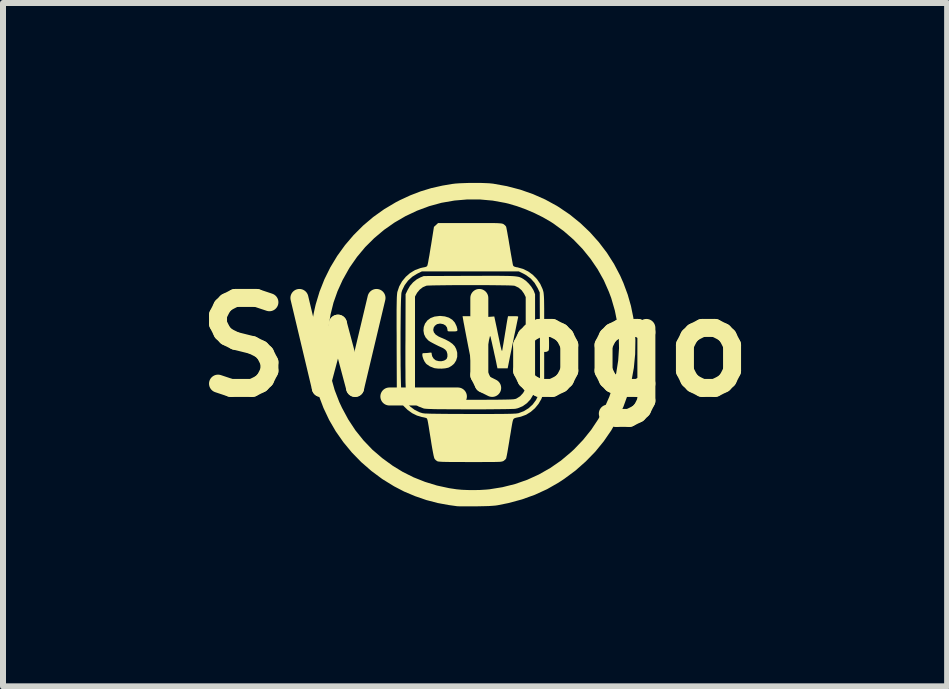
<source format=kicad_pcb>
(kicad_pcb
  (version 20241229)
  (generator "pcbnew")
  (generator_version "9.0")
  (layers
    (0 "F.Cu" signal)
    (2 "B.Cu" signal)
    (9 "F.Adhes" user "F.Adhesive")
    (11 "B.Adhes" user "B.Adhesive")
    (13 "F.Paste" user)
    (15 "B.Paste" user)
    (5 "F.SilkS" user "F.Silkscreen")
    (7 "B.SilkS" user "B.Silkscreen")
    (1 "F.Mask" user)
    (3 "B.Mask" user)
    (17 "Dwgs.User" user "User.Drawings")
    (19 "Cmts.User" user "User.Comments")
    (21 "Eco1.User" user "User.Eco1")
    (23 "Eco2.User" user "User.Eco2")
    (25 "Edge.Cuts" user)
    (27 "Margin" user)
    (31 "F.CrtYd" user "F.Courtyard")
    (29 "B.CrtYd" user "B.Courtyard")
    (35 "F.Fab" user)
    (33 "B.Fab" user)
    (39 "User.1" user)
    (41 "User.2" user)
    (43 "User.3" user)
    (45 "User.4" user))
  (footprint "SW_logo"
    (layer "F.Cu")
    (at 4.871 2.74)
    (property "Reference" "SW_logo" (at 0 0 0) (layer "F.SilkS") (effects (font (size 1.5 1.5) (thickness 0.3))))
    (attr board_only exclude_from_pos_files exclude_from_bom)
    (fp_poly (pts (xy -0.503 -0.514) (xy -0.435 -0.493) (xy -0.379 -0.458) (xy -0.337 -0.411) (xy -0.309 -0.353) (xy -0.308 -0.351) (xy -0.297 -0.311) (xy -0.293 -0.285) (xy -0.3 -0.271) (xy -0.32 -0.265) (xy -0.355 -0.264) (xy -0.376 -0.264) (xy -0.416 -0.264) (xy -0.441 -0.265) (xy -0.454 -0.269) (xy -0.458 -0.276) (xy -0.459 -0.288) (xy -0.459 -0.289) (xy -0.468 -0.33) (xy -0.492 -0.363) (xy -0.53 -0.385) (xy -0.578 -0.394) (xy -0.588 -0.394) (xy -0.634 -0.385) (xy -0.669 -0.359) (xy -0.689 -0.329) (xy -0.697 -0.287) (xy -0.686 -0.248) (xy -0.658 -0.212) (xy -0.612 -0.181) (xy -0.578 -0.165) (xy -0.494 -0.129) (xy -0.427 -0.093) (xy -0.376 -0.056) (xy -0.339 -0.017) (xy -0.315 0.028) (xy -0.3 0.078) (xy -0.297 0.095) (xy -0.297 0.161) (xy -0.315 0.221) (xy -0.348 0.273) (xy -0.366 0.29) (xy -0.397 0.314) (xy -0.429 0.333) (xy -0.446 0.341) (xy -0.497 0.352) (xy -0.556 0.357) (xy -0.617 0.356) (xy -0.67 0.35) (xy -0.683 0.347) (xy -0.752 0.32) (xy -0.805 0.284) (xy -0.818 0.272) (xy -0.841 0.24) (xy -0.861 0.199) (xy -0.875 0.157) (xy -0.879 0.129) (xy -0.878 0.11) (xy -0.871 0.1) (xy -0.852 0.098) (xy -0.838 0.098) (xy -0.801 0.096) (xy -0.764 0.092) (xy -0.76 0.091) (xy -0.736 0.089) (xy -0.725 0.093) (xy -0.723 0.108) (xy -0.723 0.114) (xy -0.714 0.152) (xy -0.692 0.188) (xy -0.66 0.215) (xy -0.65 0.22) (xy -0.605 0.232) (xy -0.559 0.233) (xy -0.517 0.223) (xy -0.484 0.204) (xy -0.469 0.186) (xy -0.46 0.153) (xy -0.461 0.113) (xy -0.472 0.074) (xy -0.478 0.062) (xy -0.498 0.039) (xy -0.528 0.018) (xy -0.539 0.012) (xy -0.613 -0.022) (xy -0.671 -0.051) (xy -0.715 -0.074) (xy -0.749 -0.093) (xy -0.773 -0.109) (xy -0.783 -0.117) (xy -0.824 -0.163) (xy -0.85 -0.217) (xy -0.86 -0.277) (xy -0.855 -0.337) (xy -0.834 -0.394) (xy -0.797 -0.444) (xy -0.796 -0.446) (xy -0.742 -0.486) (xy -0.676 -0.511) (xy -0.597 -0.521) (xy -0.581 -0.522)) (stroke (width 0) (type solid)) (fill yes) (layer "F.SilkS"))
    (fp_poly (pts (xy -0.084 -0.517) (xy -0.055 -0.514) (xy -0.04 -0.51) (xy -0.039 -0.508) (xy -0.038 -0.496) (xy -0.034 -0.468) (xy -0.027 -0.426) (xy -0.019 -0.373) (xy -0.01 -0.313) (xy -0.005 -0.281) (xy 0.005 -0.214) (xy 0.015 -0.15) (xy 0.024 -0.092) (xy 0.031 -0.045) (xy 0.035 -0.012) (xy 0.036 -0.005) (xy 0.042 0.026) (xy 0.049 0.045) (xy 0.054 0.049) (xy 0.058 0.039) (xy 0.066 0.011) (xy 0.077 -0.03) (xy 0.089 -0.083) (xy 0.104 -0.145) (xy 0.119 -0.215) (xy 0.122 -0.229) (xy 0.181 -0.503) (xy 0.251 -0.508) (xy 0.321 -0.513) (xy 0.342 -0.415) (xy 0.351 -0.373) (xy 0.363 -0.317) (xy 0.376 -0.252) (xy 0.39 -0.185) (xy 0.401 -0.133) (xy 0.415 -0.065) (xy 0.426 -0.014) (xy 0.435 0.022) (xy 0.441 0.045) (xy 0.446 0.057) (xy 0.45 0.06) (xy 0.452 0.058) (xy 0.455 0.047) (xy 0.459 0.02) (xy 0.466 -0.02) (xy 0.475 -0.072) (xy 0.485 -0.133) (xy 0.492 -0.176) (xy 0.503 -0.244) (xy 0.514 -0.309) (xy 0.523 -0.368) (xy 0.531 -0.416) (xy 0.537 -0.451) (xy 0.539 -0.462) (xy 0.55 -0.518) (xy 0.636 -0.518) (xy 0.678 -0.518) (xy 0.703 -0.516) (xy 0.716 -0.513) (xy 0.72 -0.507) (xy 0.718 -0.497) (xy 0.718 -0.496) (xy 0.714 -0.477) (xy 0.706 -0.441) (xy 0.696 -0.392) (xy 0.684 -0.333) (xy 0.67 -0.265) (xy 0.654 -0.192) (xy 0.639 -0.116) (xy 0.623 -0.041) (xy 0.609 0.031) (xy 0.595 0.097) (xy 0.583 0.155) (xy 0.574 0.201) (xy 0.571 0.217) (xy 0.544 0.352) (xy 0.459 0.352) (xy 0.374 0.352) (xy 0.362 0.296) (xy 0.35 0.236) (xy 0.336 0.171) (xy 0.321 0.105) (xy 0.307 0.039) (xy 0.293 -0.022) (xy 0.281 -0.077) (xy 0.27 -0.123) (xy 0.263 -0.156) (xy 0.259 -0.173) (xy 0.258 -0.175) (xy 0.252 -0.185) (xy 0.249 -0.184) (xy 0.246 -0.174) (xy 0.24 -0.147) (xy 0.23 -0.107) (xy 0.218 -0.055) (xy 0.204 0.006) (xy 0.191 0.064) (xy 0.176 0.131) (xy 0.162 0.193) (xy 0.15 0.247) (xy 0.141 0.29) (xy 0.134 0.319) (xy 0.132 0.33) (xy 0.128 0.34) (xy 0.12 0.347) (xy 0.104 0.35) (xy 0.075 0.352) (xy 0.043 0.352) (xy -0.003 0.351) (xy -0.031 0.347) (xy -0.043 0.341) (xy -0.043 0.339) (xy -0.046 0.327) (xy -0.052 0.298) (xy -0.061 0.254) (xy -0.072 0.199) (xy -0.084 0.134) (xy -0.098 0.063) (xy -0.113 -0.012) (xy -0.128 -0.09) (xy -0.143 -0.167) (xy -0.157 -0.24) (xy -0.17 -0.308) (xy -0.181 -0.368) (xy -0.191 -0.418) (xy -0.197 -0.454) (xy -0.201 -0.475) (xy -0.201 -0.476) (xy -0.208 -0.518) (xy -0.123 -0.518)) (stroke (width 0) (type solid)) (fill yes) (layer "F.SilkS"))
    (fp_poly (pts (xy 0.376 -1.191) (xy 0.456 -1.19) (xy 0.524 -1.189) (xy 0.58 -1.188) (xy 0.626 -1.186) (xy 0.664 -1.183) (xy 0.695 -1.179) (xy 0.72 -1.175) (xy 0.74 -1.17) (xy 0.758 -1.163) (xy 0.774 -1.156) (xy 0.79 -1.147) (xy 0.807 -1.137) (xy 0.808 -1.136) (xy 0.852 -1.104) (xy 0.898 -1.059) (xy 0.939 -1.009) (xy 0.97 -0.959) (xy 0.979 -0.941) (xy 1.001 -0.884) (xy 1.001 -0.078) (xy 1.001 0.728) (xy 0.97 0.793) (xy 0.924 0.87) (xy 0.864 0.934) (xy 0.793 0.984) (xy 0.714 1.017) (xy 0.675 1.026) (xy 0.655 1.028) (xy 0.616 1.029) (xy 0.559 1.031) (xy 0.486 1.032) (xy 0.397 1.033) (xy 0.293 1.034) (xy 0.176 1.035) (xy 0.046 1.035) (xy -0.092 1.035) (xy -0.231 1.035) (xy -0.353 1.034) (xy -0.458 1.034) (xy -0.547 1.033) (xy -0.622 1.033) (xy -0.684 1.032) (xy -0.734 1.03) (xy -0.775 1.029) (xy -0.806 1.027) (xy -0.83 1.025) (xy -0.847 1.023) (xy -0.859 1.02) (xy -0.942 0.988) (xy -1.014 0.941) (xy -1.074 0.879) (xy -1.119 0.806) (xy -1.149 0.723) (xy -1.153 0.708) (xy -1.155 0.686) (xy -1.157 0.645) (xy -1.159 0.585) (xy -1.16 0.505) (xy -1.16 0.406) (xy -1.161 0.287) (xy -1.161 0.149) (xy -1.161 -0.009) (xy -1.16 -0.113) (xy -1.158 -0.845) (xy -1.001 -0.845) (xy -1.001 -0.083) (xy -1.001 0.679) (xy -0.974 0.735) (xy -0.94 0.789) (xy -0.895 0.828) (xy -0.837 0.858) (xy -0.827 0.861) (xy -0.817 0.865) (xy -0.804 0.867) (xy -0.789 0.87) (xy -0.77 0.872) (xy -0.744 0.874) (xy -0.712 0.875) (xy -0.671 0.876) (xy -0.619 0.877) (xy -0.557 0.877) (xy -0.481 0.877) (xy -0.391 0.877) (xy -0.286 0.877) (xy -0.163 0.877) (xy -0.064 0.877) (xy 0.072 0.876) (xy 0.189 0.876) (xy 0.289 0.875) (xy 0.374 0.875) (xy 0.445 0.874) (xy 0.503 0.873) (xy 0.551 0.872) (xy 0.588 0.871) (xy 0.618 0.869) (xy 0.64 0.868) (xy 0.657 0.865) (xy 0.67 0.863) (xy 0.68 0.86) (xy 0.689 0.856) (xy 0.694 0.854) (xy 0.752 0.817) (xy 0.8 0.765) (xy 0.825 0.723) (xy 0.828 0.715) (xy 0.832 0.706) (xy 0.834 0.695) (xy 0.837 0.681) (xy 0.839 0.662) (xy 0.84 0.638) (xy 0.842 0.606) (xy 0.843 0.566) (xy 0.844 0.516) (xy 0.844 0.454) (xy 0.845 0.38) (xy 0.845 0.291) (xy 0.845 0.187) (xy 0.845 0.067) (xy 0.845 -0.072) (xy 0.845 -0.079) (xy 0.845 -0.837) (xy 0.816 -0.895) (xy 0.777 -0.95) (xy 0.725 -0.994) (xy 0.664 -1.023) (xy 0.656 -1.025) (xy 0.64 -1.027) (xy 0.605 -1.029) (xy 0.555 -1.031) (xy 0.491 -1.032) (xy 0.416 -1.033) (xy 0.331 -1.034) (xy 0.237 -1.035) (xy 0.138 -1.035) (xy 0.035 -1.036) (xy -0.07 -1.036) (xy -0.176 -1.036) (xy -0.28 -1.035) (xy -0.379 -1.035) (xy -0.474 -1.034) (xy -0.56 -1.033) (xy -0.637 -1.032) (xy -0.703 -1.031) (xy -0.755 -1.029) (xy -0.792 -1.028) (xy -0.811 -1.026) (xy -0.813 -1.025) (xy -0.87 -1.001) (xy -0.922 -0.961) (xy -0.964 -0.911) (xy -0.971 -0.899) (xy -1.001 -0.845) (xy -1.158 -0.845) (xy -1.158 -0.884) (xy -1.124 -0.955) (xy -1.085 -1.022) (xy -1.033 -1.082) (xy -0.973 -1.131) (xy -0.912 -1.164) (xy -0.855 -1.187) (xy -0.099 -1.19) (xy 0.046 -1.19) (xy 0.172 -1.191) (xy 0.282 -1.191)) (stroke (width 0) (type solid)) (fill yes) (layer "F.SilkS"))
    (fp_poly (pts (xy 0.087 -2.74) (xy 0.168 -2.737) (xy 0.238 -2.734) (xy 0.293 -2.728) (xy 0.298 -2.728) (xy 0.531 -2.686) (xy 0.753 -2.628) (xy 0.965 -2.554) (xy 1.169 -2.464) (xy 1.365 -2.357) (xy 1.395 -2.338) (xy 1.58 -2.213) (xy 1.753 -2.073) (xy 1.915 -1.919) (xy 2.064 -1.752) (xy 2.199 -1.575) (xy 2.318 -1.388) (xy 2.42 -1.194) (xy 2.475 -1.069) (xy 2.546 -0.877) (xy 2.6 -0.688) (xy 2.639 -0.497) (xy 2.663 -0.3) (xy 2.674 -0.117) (xy 2.67 0.116) (xy 2.648 0.344) (xy 2.608 0.566) (xy 2.55 0.783) (xy 2.474 0.992) (xy 2.381 1.193) (xy 2.272 1.386) (xy 2.146 1.569) (xy 2.004 1.743) (xy 1.846 1.905) (xy 1.674 2.057) (xy 1.486 2.196) (xy 1.392 2.258) (xy 1.201 2.367) (xy 0.998 2.46) (xy 0.784 2.537) (xy 0.559 2.598) (xy 0.381 2.634) (xy 0.341 2.64) (xy 0.292 2.644) (xy 0.231 2.648) (xy 0.158 2.65) (xy 0.068 2.652) (xy 0.01 2.653) (xy -0.064 2.653) (xy -0.132 2.653) (xy -0.192 2.653) (xy -0.241 2.653) (xy -0.277 2.652) (xy -0.297 2.651) (xy -0.298 2.651) (xy -0.32 2.648) (xy -0.355 2.643) (xy -0.399 2.637) (xy -0.435 2.632) (xy -0.621 2.598) (xy -0.812 2.548) (xy -1 2.483) (xy -1.183 2.406) (xy -1.35 2.319) (xy -1.545 2.199) (xy -1.727 2.064) (xy -1.897 1.916) (xy -2.053 1.756) (xy -2.195 1.584) (xy -2.322 1.403) (xy -2.433 1.212) (xy -2.527 1.013) (xy -2.605 0.807) (xy -2.664 0.595) (xy -2.671 0.567) (xy -2.688 0.486) (xy -2.702 0.414) (xy -2.712 0.348) (xy -2.72 0.283) (xy -2.725 0.215) (xy -2.728 0.14) (xy -2.73 0.053) (xy -2.73 -0.044) (xy -2.73 -0.122) (xy -2.458 -0.122) (xy -2.457 0.093) (xy -2.437 0.304) (xy -2.398 0.51) (xy -2.341 0.713) (xy -2.264 0.913) (xy -2.218 1.011) (xy -2.114 1.204) (xy -1.995 1.385) (xy -1.861 1.552) (xy -1.713 1.707) (xy -1.549 1.848) (xy -1.372 1.977) (xy -1.205 2.079) (xy -1.025 2.169) (xy -0.834 2.245) (xy -0.635 2.306) (xy -0.432 2.35) (xy -0.305 2.369) (xy -0.22 2.377) (xy -0.121 2.381) (xy -0.017 2.382) (xy 0.086 2.38) (xy 0.182 2.374) (xy 0.238 2.369) (xy 0.456 2.334) (xy 0.668 2.281) (xy 0.871 2.21) (xy 1.066 2.121) (xy 1.254 2.014) (xy 1.432 1.891) (xy 1.601 1.749) (xy 1.652 1.702) (xy 1.802 1.545) (xy 1.937 1.377) (xy 2.054 1.201) (xy 2.155 1.017) (xy 2.239 0.826) (xy 2.306 0.629) (xy 2.355 0.428) (xy 2.387 0.222) (xy 2.401 0.015) (xy 2.396 -0.194) (xy 2.373 -0.404) (xy 2.331 -0.613) (xy 2.271 -0.82) (xy 2.232 -0.924) (xy 2.147 -1.117) (xy 2.044 -1.301) (xy 1.924 -1.477) (xy 1.79 -1.642) (xy 1.641 -1.796) (xy 1.479 -1.937) (xy 1.305 -2.064) (xy 1.255 -2.096) (xy 1.13 -2.168) (xy 0.991 -2.237) (xy 0.846 -2.299) (xy 0.7 -2.352) (xy 0.558 -2.394) (xy 0.503 -2.407) (xy 0.294 -2.445) (xy 0.081 -2.464) (xy -0.132 -2.464) (xy -0.343 -2.446) (xy -0.55 -2.41) (xy -0.557 -2.409) (xy -0.765 -2.352) (xy -0.966 -2.277) (xy -1.159 -2.186) (xy -1.343 -2.079) (xy -1.517 -1.957) (xy -1.68 -1.82) (xy -1.831 -1.67) (xy -1.967 -1.507) (xy -2.089 -1.332) (xy -2.105 -1.305) (xy -2.208 -1.121) (xy -2.293 -0.934) (xy -2.36 -0.744) (xy -2.409 -0.547) (xy -2.442 -0.342) (xy -2.458 -0.128) (xy -2.458 -0.122) (xy -2.73 -0.122) (xy -2.729 -0.159) (xy -2.727 -0.259) (xy -2.721 -0.348) (xy -2.713 -0.43) (xy -2.7 -0.511) (xy -2.684 -0.594) (xy -2.664 -0.684) (xy -2.656 -0.717) (xy -2.592 -0.929) (xy -2.511 -1.134) (xy -2.413 -1.332) (xy -2.299 -1.521) (xy -2.169 -1.701) (xy -2.025 -1.87) (xy -1.868 -2.027) (xy -1.698 -2.171) (xy -1.516 -2.301) (xy -1.323 -2.416) (xy -1.25 -2.454) (xy -1.079 -2.533) (xy -0.907 -2.599) (xy -0.73 -2.653) (xy -0.544 -2.695) (xy -0.385 -2.722) (xy -0.329 -2.729) (xy -0.258 -2.734) (xy -0.177 -2.737) (xy -0.089 -2.74) (xy 0.000134 -2.74)) (stroke (width 0) (type solid)) (fill yes) (layer "F.SilkS"))
    (fp_poly (pts (xy -0.086 -2.071) (xy 0.03 -2.071) (xy 0.127 -2.071) (xy 0.208 -2.071) (xy 0.275 -2.07) (xy 0.328 -2.07) (xy 0.37 -2.069) (xy 0.403 -2.067) (xy 0.427 -2.065) (xy 0.444 -2.063) (xy 0.457 -2.06) (xy 0.466 -2.057) (xy 0.474 -2.053) (xy 0.476 -2.052) (xy 0.5 -2.033) (xy 0.517 -2.013) (xy 0.518 -2.01) (xy 0.522 -1.995) (xy 0.528 -1.964) (xy 0.537 -1.918) (xy 0.547 -1.86) (xy 0.559 -1.794) (xy 0.571 -1.72) (xy 0.577 -1.687) (xy 0.589 -1.612) (xy 0.601 -1.542) (xy 0.612 -1.481) (xy 0.621 -1.43) (xy 0.628 -1.391) (xy 0.633 -1.369) (xy 0.634 -1.365) (xy 0.643 -1.352) (xy 0.659 -1.343) (xy 0.687 -1.335) (xy 0.708 -1.332) (xy 0.8 -1.306) (xy 0.886 -1.264) (xy 0.964 -1.207) (xy 1.032 -1.137) (xy 1.087 -1.057) (xy 1.127 -0.969) (xy 1.138 -0.932) (xy 1.143 -0.909) (xy 1.146 -0.879) (xy 1.149 -0.841) (xy 1.151 -0.791) (xy 1.152 -0.727) (xy 1.153 -0.647) (xy 1.153 -0.613) (xy 1.153 -0.352) (xy 1.176 -0.352) (xy 1.193 -0.35) (xy 1.207 -0.344) (xy 1.216 -0.331) (xy 1.223 -0.309) (xy 1.228 -0.276) (xy 1.231 -0.228) (xy 1.232 -0.165) (xy 1.233 -0.133) (xy 1.234 -0.069) (xy 1.234 -0.021) (xy 1.233 0.013) (xy 1.232 0.035) (xy 1.228 0.049) (xy 1.224 0.058) (xy 1.217 0.064) (xy 1.217 0.064) (xy 1.192 0.076) (xy 1.175 0.078) (xy 1.153 0.078) (xy 1.153 0.398) (xy 1.153 0.493) (xy 1.152 0.57) (xy 1.151 0.632) (xy 1.149 0.681) (xy 1.147 0.719) (xy 1.143 0.748) (xy 1.139 0.77) (xy 1.138 0.775) (xy 1.106 0.863) (xy 1.059 0.944) (xy 0.999 1.017) (xy 0.929 1.078) (xy 0.851 1.126) (xy 0.767 1.157) (xy 0.738 1.164) (xy 0.693 1.173) (xy 0.664 1.181) (xy 0.646 1.192) (xy 0.635 1.209) (xy 0.628 1.233) (xy 0.626 1.242) (xy 0.621 1.266) (xy 0.614 1.305) (xy 0.605 1.358) (xy 0.595 1.421) (xy 0.583 1.49) (xy 0.571 1.564) (xy 0.571 1.566) (xy 0.559 1.637) (xy 0.548 1.703) (xy 0.538 1.761) (xy 0.529 1.807) (xy 0.522 1.84) (xy 0.518 1.856) (xy 0.517 1.857) (xy 0.502 1.875) (xy 0.478 1.894) (xy 0.476 1.896) (xy 0.468 1.9) (xy 0.459 1.903) (xy 0.447 1.906) (xy 0.431 1.909) (xy 0.408 1.911) (xy 0.377 1.912) (xy 0.337 1.913) (xy 0.285 1.914) (xy 0.221 1.914) (xy 0.142 1.914) (xy 0.047 1.915) (xy -0.065 1.915) (xy -0.078 1.915) (xy -0.195 1.914) (xy -0.294 1.914) (xy -0.377 1.914) (xy -0.444 1.913) (xy -0.499 1.912) (xy -0.541 1.911) (xy -0.574 1.909) (xy -0.598 1.907) (xy -0.615 1.905) (xy -0.626 1.902) (xy -0.631 1.9) (xy -0.657 1.881) (xy -0.676 1.858) (xy -0.682 1.841) (xy -0.691 1.806) (xy -0.701 1.755) (xy -0.713 1.691) (xy -0.726 1.615) (xy -0.737 1.543) (xy -0.752 1.452) (xy -0.764 1.377) (xy -0.773 1.319) (xy -0.781 1.273) (xy -0.787 1.24) (xy -0.792 1.216) (xy -0.797 1.201) (xy -0.801 1.191) (xy -0.805 1.186) (xy -0.809 1.183) (xy -0.811 1.182) (xy -0.828 1.176) (xy -0.857 1.169) (xy -0.888 1.163) (xy -0.969 1.139) (xy -1.048 1.1) (xy -1.122 1.047) (xy -1.186 0.985) (xy -1.222 0.937) (xy -1.243 0.901) (xy -1.264 0.856) (xy -1.279 0.822) (xy -1.304 0.757) (xy -1.307 -0.017) (xy -1.242 -0.017) (xy -1.242 0.096) (xy -1.241 0.206) (xy -1.241 0.31) (xy -1.239 0.408) (xy -1.238 0.498) (xy -1.236 0.577) (xy -1.234 0.644) (xy -1.232 0.697) (xy -1.229 0.733) (xy -1.227 0.751) (xy -1.193 0.84) (xy -1.144 0.921) (xy -1.081 0.989) (xy -1.006 1.045) (xy -0.921 1.086) (xy -0.874 1.1) (xy -0.859 1.102) (xy -0.834 1.105) (xy -0.798 1.106) (xy -0.75 1.108) (xy -0.688 1.109) (xy -0.613 1.11) (xy -0.523 1.111) (xy -0.416 1.112) (xy -0.293 1.112) (xy -0.151 1.113) (xy -0.078 1.113) (xy 0.064 1.113) (xy 0.187 1.113) (xy 0.294 1.113) (xy 0.385 1.112) (xy 0.462 1.112) (xy 0.526 1.111) (xy 0.579 1.11) (xy 0.622 1.109) (xy 0.656 1.107) (xy 0.682 1.106) (xy 0.702 1.103) (xy 0.718 1.101) (xy 0.727 1.099) (xy 0.814 1.066) (xy 0.893 1.017) (xy 0.962 0.954) (xy 1.017 0.88) (xy 1.058 0.795) (xy 1.065 0.772) (xy 1.069 0.76) (xy 1.072 0.748) (xy 1.074 0.734) (xy 1.077 0.716) (xy 1.079 0.694) (xy 1.08 0.667) (xy 1.081 0.632) (xy 1.082 0.589) (xy 1.083 0.536) (xy 1.083 0.472) (xy 1.083 0.395) (xy 1.083 0.304) (xy 1.083 0.199) (xy 1.083 0.076) (xy 1.082 -0.064) (xy 1.082 -0.103) (xy 1.079 -0.913) (xy 1.044 -0.987) (xy 0.993 -1.073) (xy 0.93 -1.144) (xy 0.852 -1.202) (xy 0.813 -1.224) (xy 0.729 -1.265) (xy -0.078 -1.265) (xy -0.885 -1.265) (xy -0.963 -1.227) (xy -1.046 -1.176) (xy -1.117 -1.111) (xy -1.173 -1.036) (xy -1.214 -0.952) (xy -1.226 -0.913) (xy -1.229 -0.892) (xy -1.231 -0.853) (xy -1.234 -0.798) (xy -1.236 -0.729) (xy -1.238 -0.649) (xy -1.239 -0.558) (xy -1.24 -0.459) (xy -1.241 -0.353) (xy -1.242 -0.243) (xy -1.242 -0.13) (xy -1.242 -0.017) (xy -1.307 -0.017) (xy -1.307 -0.051) (xy -1.307 -0.198) (xy -1.308 -0.328) (xy -1.308 -0.44) (xy -1.308 -0.537) (xy -1.308 -0.62) (xy -1.307 -0.689) (xy -1.306 -0.747) (xy -1.305 -0.794) (xy -1.304 -0.832) (xy -1.302 -0.862) (xy -1.3 -0.886) (xy -1.298 -0.905) (xy -1.296 -0.919) (xy -1.295 -0.923) (xy -1.264 -1.015) (xy -1.217 -1.099) (xy -1.155 -1.174) (xy -1.082 -1.238) (xy -1 -1.287) (xy -0.91 -1.32) (xy -0.871 -1.329) (xy -0.834 -1.336) (xy -0.813 -1.343) (xy -0.801 -1.352) (xy -0.793 -1.367) (xy -0.792 -1.372) (xy -0.788 -1.389) (xy -0.781 -1.422) (xy -0.773 -1.47) (xy -0.762 -1.529) (xy -0.751 -1.597) (xy -0.739 -1.671) (xy -0.733 -1.705) (xy -0.685 -2.007) (xy -0.65 -2.039) (xy -0.616 -2.071)) (stroke (width 0) (type solid)) (fill yes) (layer "F.SilkS")))
  (gr_rect
    (start -3 -3)
    (end 12.743 8.394)
    (stroke (width 0.1) (type default))
    (fill no)
    (layer "Edge.Cuts")))
</source>
